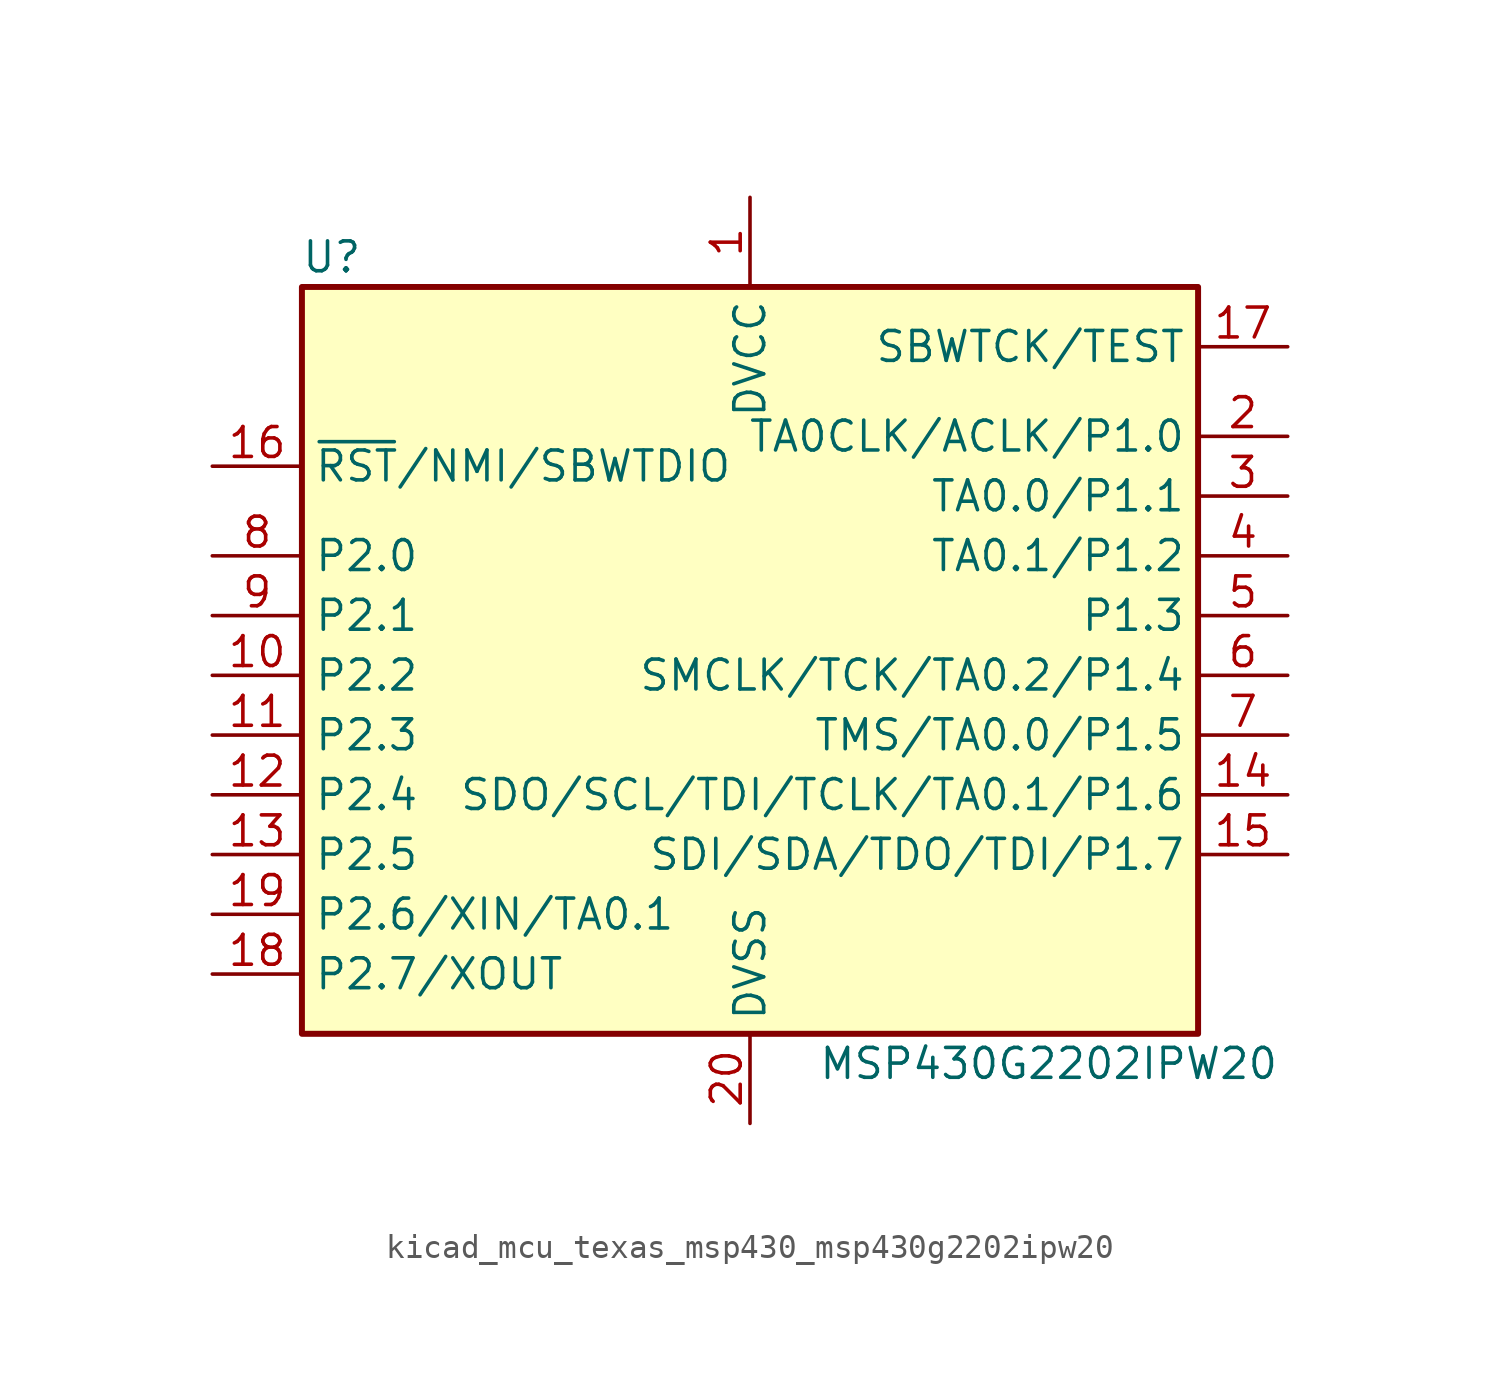
<source format=kicad_sym>
(kicad_symbol_lib
  (version 20220914)
  (generator kicad_symbol_editor)
  (symbol "kicad_mcu_texas_msp430_msp430g2202ipw20"
    (property "Reference" "U"
      (at -17.78 17.78 0)
      (effects (font (size 1.27 1.27))))
    (property "Value" "MSP430G2202IPW20"
      (at 12.7 -16.51 0)
      (effects (font (size 1.27 1.27))))
    (symbol "kicad_mcu_texas_msp430_msp430g2202ipw20_0_1"
      (rectangle (start -19.05 16.51) (end 19.05 -15.24) (stroke (width 0.254) (type default)) (fill (type background))))
    (symbol "kicad_mcu_texas_msp430_msp430g2202ipw20_1_1"
      (pin power_in line (at 0 20.32 270) (length 3.81) (name "DVCC" (effects (font (size 1.27 1.27)))) (number "1" (effects (font (size 1.27 1.27)))))
      (pin bidirectional line (at -22.86 0 0) (length 3.81) (name "P2.2" (effects (font (size 1.27 1.27)))) (number "10" (effects (font (size 1.27 1.27)))))
      (pin bidirectional line (at -22.86 -2.54 0) (length 3.81) (name "P2.3" (effects (font (size 1.27 1.27)))) (number "11" (effects (font (size 1.27 1.27)))))
      (pin bidirectional line (at -22.86 -5.08 0) (length 3.81) (name "P2.4" (effects (font (size 1.27 1.27)))) (number "12" (effects (font (size 1.27 1.27)))))
      (pin bidirectional line (at -22.86 -7.62 0) (length 3.81) (name "P2.5" (effects (font (size 1.27 1.27)))) (number "13" (effects (font (size 1.27 1.27)))))
      (pin bidirectional line (at 22.86 -5.08 180) (length 3.81) (name "SDO/SCL/TDI/TCLK/TA0.1/P1.6" (effects (font (size 1.27 1.27)))) (number "14" (effects (font (size 1.27 1.27)))))
      (pin bidirectional line (at 22.86 -7.62 180) (length 3.81) (name "SDI/SDA/TDO/TDI/P1.7" (effects (font (size 1.27 1.27)))) (number "15" (effects (font (size 1.27 1.27)))))
      (pin input line (at -22.86 8.89 0) (length 3.81) (name "~{RST}/NMI/SBWTDIO" (effects (font (size 1.27 1.27)))) (number "16" (effects (font (size 1.27 1.27)))))
      (pin input line (at 22.86 13.97 180) (length 3.81) (name "SBWTCK/TEST" (effects (font (size 1.27 1.27)))) (number "17" (effects (font (size 1.27 1.27)))))
      (pin bidirectional line (at -22.86 -12.7 0) (length 3.81) (name "P2.7/XOUT" (effects (font (size 1.27 1.27)))) (number "18" (effects (font (size 1.27 1.27)))))
      (pin bidirectional line (at -22.86 -10.16 0) (length 3.81) (name "P2.6/XIN/TA0.1" (effects (font (size 1.27 1.27)))) (number "19" (effects (font (size 1.27 1.27)))))
      (pin bidirectional line (at 22.86 10.16 180) (length 3.81) (name "TA0CLK/ACLK/P1.0" (effects (font (size 1.27 1.27)))) (number "2" (effects (font (size 1.27 1.27)))))
      (pin power_in line (at 0 -19.05 90) (length 3.81) (name "DVSS" (effects (font (size 1.27 1.27)))) (number "20" (effects (font (size 1.27 1.27)))))
      (pin bidirectional line (at 22.86 7.62 180) (length 3.81) (name "TA0.0/P1.1" (effects (font (size 1.27 1.27)))) (number "3" (effects (font (size 1.27 1.27)))))
      (pin bidirectional line (at 22.86 5.08 180) (length 3.81) (name "TA0.1/P1.2" (effects (font (size 1.27 1.27)))) (number "4" (effects (font (size 1.27 1.27)))))
      (pin bidirectional line (at 22.86 2.54 180) (length 3.81) (name "P1.3" (effects (font (size 1.27 1.27)))) (number "5" (effects (font (size 1.27 1.27)))))
      (pin bidirectional line (at 22.86 0 180) (length 3.81) (name "SMCLK/TCK/TA0.2/P1.4" (effects (font (size 1.27 1.27)))) (number "6" (effects (font (size 1.27 1.27)))))
      (pin bidirectional line (at 22.86 -2.54 180) (length 3.81) (name "TMS/TA0.0/P1.5" (effects (font (size 1.27 1.27)))) (number "7" (effects (font (size 1.27 1.27)))))
      (pin bidirectional line (at -22.86 5.08 0) (length 3.81) (name "P2.0" (effects (font (size 1.27 1.27)))) (number "8" (effects (font (size 1.27 1.27)))))
      (pin bidirectional line (at -22.86 2.54 0) (length 3.81) (name "P2.1" (effects (font (size 1.27 1.27)))) (number "9" (effects (font (size 1.27 1.27))))))))
</source>
